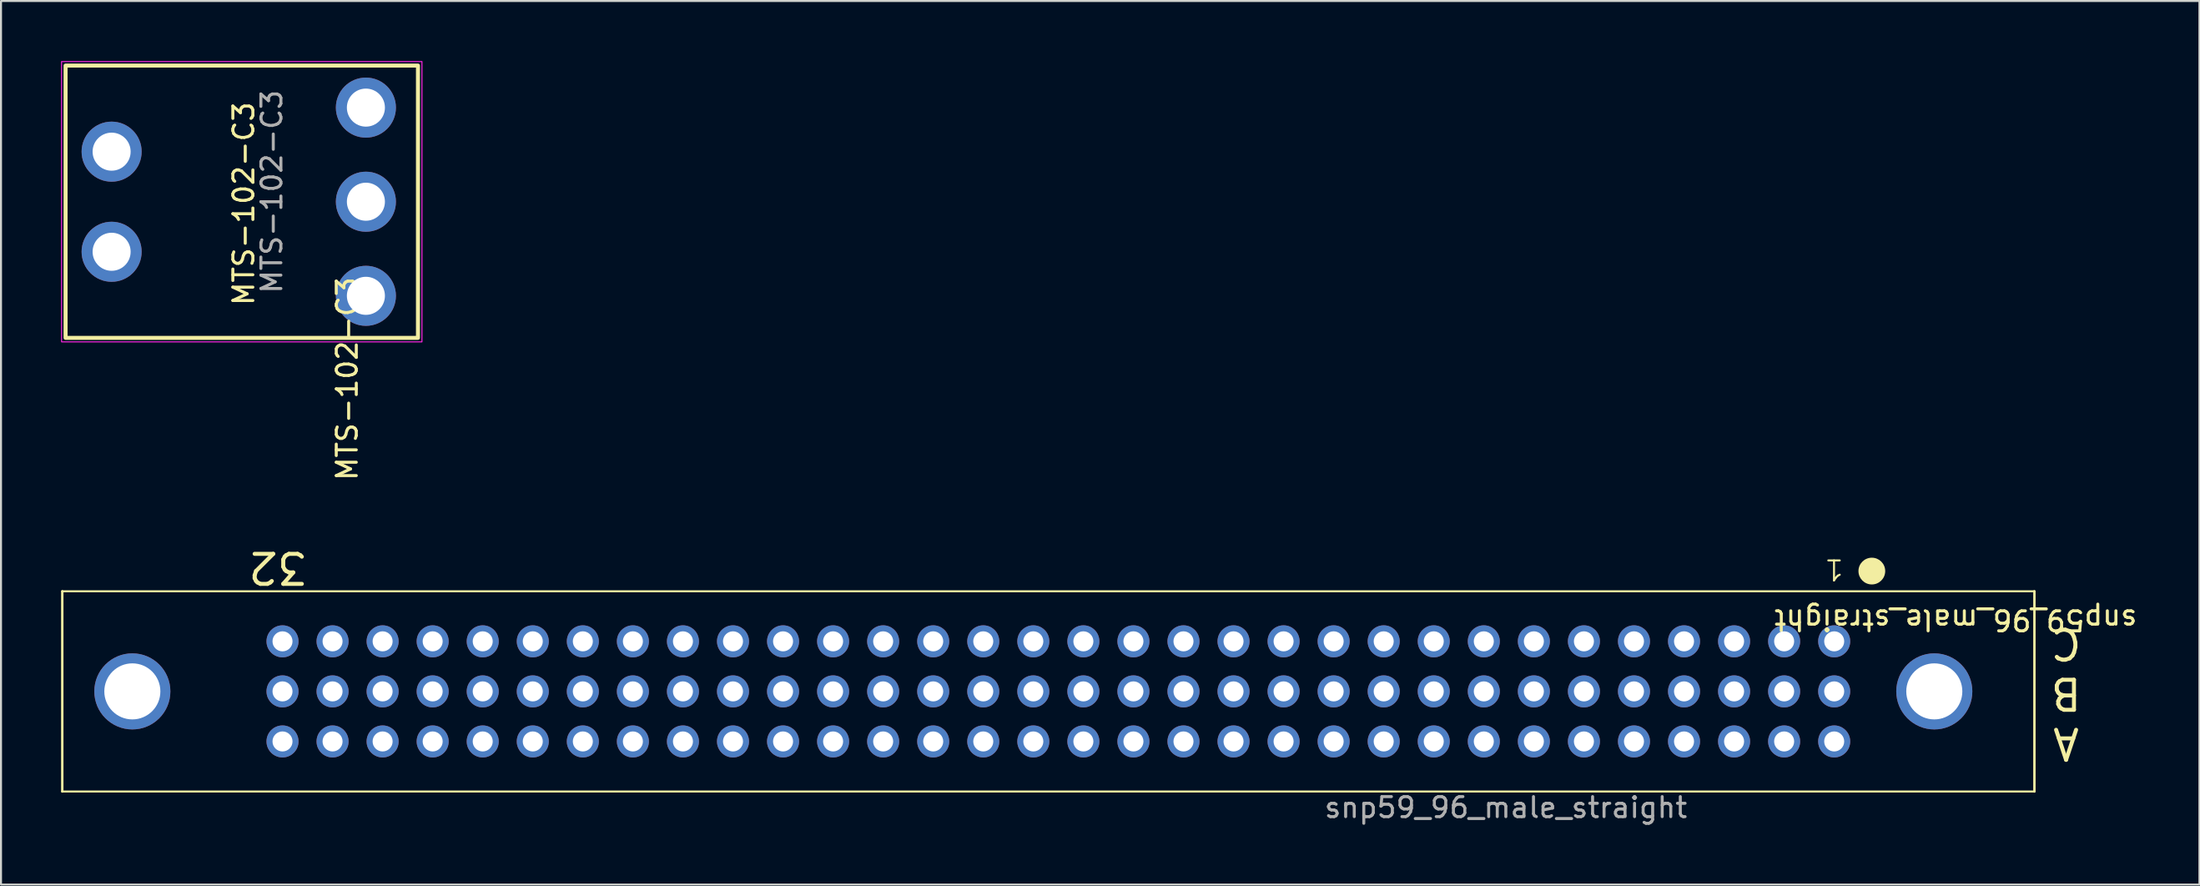
<source format=kicad_pcb>
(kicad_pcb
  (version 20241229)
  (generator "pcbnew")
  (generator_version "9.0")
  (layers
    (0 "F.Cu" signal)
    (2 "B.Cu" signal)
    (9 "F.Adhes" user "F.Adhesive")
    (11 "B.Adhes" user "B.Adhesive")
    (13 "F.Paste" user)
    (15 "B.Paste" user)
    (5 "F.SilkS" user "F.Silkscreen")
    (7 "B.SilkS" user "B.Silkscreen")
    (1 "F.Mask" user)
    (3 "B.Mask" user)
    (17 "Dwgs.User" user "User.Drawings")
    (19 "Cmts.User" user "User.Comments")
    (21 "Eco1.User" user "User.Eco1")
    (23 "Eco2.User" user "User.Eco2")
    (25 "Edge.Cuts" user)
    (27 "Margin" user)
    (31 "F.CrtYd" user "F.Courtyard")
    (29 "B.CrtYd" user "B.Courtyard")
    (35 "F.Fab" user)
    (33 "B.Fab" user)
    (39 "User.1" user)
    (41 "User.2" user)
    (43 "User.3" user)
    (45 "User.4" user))
  (footprint "snp59_96_male_straight"
    (layer "F.Cu")
    (at 88.56 33.982)
    (property "Reference" "snp59_96_male_straight" (at 6.071 -6.071 180) (unlocked yes) (layer "F.SilkS") (effects (font (size 1 1) (thickness 0.15))))
    (attr through_hole)
    (fp_line (start -88.5 -7.5) (end 10 -7.5) (stroke (width 0.1) (type default)) (layer "F.SilkS"))
    (fp_line (start -88.5 2.5) (end -88.5 -7.5) (stroke (width 0.12) (type solid)) (layer "F.SilkS"))
    (fp_line (start -88.5 2.5) (end 10 2.5) (stroke (width 0.1) (type default)) (layer "F.SilkS"))
    (fp_line (start 10 -7.5) (end 10 2.5) (stroke (width 0.12) (type solid)) (layer "F.SilkS"))
    (fp_circle (center 1.88 -8.509) (end 2.488 -8.509) (stroke (width 0.12) (type solid)) (fill yes) (layer "F.SilkS"))
    (fp_text user "C" (at 11.582 -4.898 180) (unlocked yes) (layer "F.SilkS") (effects (font (size 1.5 1.5) (thickness 0.2))))
    (fp_text user "32" (at -77.749 -8.687 180) (unlocked yes) (layer "F.SilkS") (effects (font (size 1.5 1.5) (thickness 0.2))))
    (fp_text user "1" (at 0.533 -9.169 180) (unlocked yes) (layer "F.SilkS") (effects (font (size 1 1) (thickness 0.1)) (justify left bottom)))
    (fp_text user "A" (at 11.582 0.102 180) (unlocked yes) (layer "F.SilkS") (effects (font (size 1.5 1.5) (thickness 0.2))))
    (fp_text user "B" (at 11.582 -2.398 180) (unlocked yes) (layer "F.SilkS") (effects (font (size 1.5 1.5) (thickness 0.2))))
    (fp_text user "${REFERENCE}" (at -16.4 3.3 0) (unlocked yes) (layer "F.Fab") (effects (font (size 1 1) (thickness 0.15))))
    (pad "" thru_hole circle (at -85 -2.5) (size 3.8 3.8) (drill 2.8) (layers "*.Cu"))
    (pad "" thru_hole circle (at 5 -2.5) (size 3.8 3.8) (drill 2.8) (layers "*.Cu"))
    (pad "1" thru_hole circle (at 0 -5) (size 1.6 1.6) (drill 1) (layers "*.Cu" "*.Mask"))
    (pad "1" thru_hole circle (at 0 -2.5) (size 1.6 1.6) (drill 1) (layers "*.Cu" "*.Mask"))
    (pad "2" thru_hole circle (at -2.5 -5) (size 1.6 1.6) (drill 1) (layers "*.Cu" "*.Mask"))
    (pad "2" thru_hole circle (at -2.5 -2.5) (size 1.6 1.6) (drill 1) (layers "*.Cu" "*.Mask"))
    (pad "3" thru_hole circle (at -5 -5) (size 1.6 1.6) (drill 1) (layers "*.Cu" "*.Mask"))
    (pad "3" thru_hole circle (at -5 -2.5) (size 1.6 1.6) (drill 1) (layers "*.Cu" "*.Mask"))
    (pad "4" thru_hole circle (at -7.5 -5) (size 1.6 1.6) (drill 1) (layers "*.Cu" "*.Mask"))
    (pad "4" thru_hole circle (at -7.5 -2.5) (size 1.6 1.6) (drill 1) (layers "*.Cu" "*.Mask"))
    (pad "5" thru_hole circle (at -10 -5) (size 1.6 1.6) (drill 1) (layers "*.Cu" "*.Mask"))
    (pad "5" thru_hole circle (at -10 -2.5) (size 1.6 1.6) (drill 1) (layers "*.Cu" "*.Mask"))
    (pad "6" thru_hole circle (at -12.5 -5) (size 1.6 1.6) (drill 1) (layers "*.Cu" "*.Mask"))
    (pad "6" thru_hole circle (at -12.5 -2.5) (size 1.6 1.6) (drill 1) (layers "*.Cu" "*.Mask"))
    (pad "7" thru_hole circle (at -15 -5) (size 1.6 1.6) (drill 1) (layers "*.Cu" "*.Mask"))
    (pad "7" thru_hole circle (at -15 -2.5) (size 1.6 1.6) (drill 1) (layers "*.Cu" "*.Mask"))
    (pad "8" thru_hole circle (at -17.5 -5) (size 1.6 1.6) (drill 1) (layers "*.Cu" "*.Mask"))
    (pad "8" thru_hole circle (at -17.5 -2.5) (size 1.6 1.6) (drill 1) (layers "*.Cu" "*.Mask"))
    (pad "9" thru_hole circle (at -20 -5) (size 1.6 1.6) (drill 1) (layers "*.Cu" "*.Mask"))
    (pad "9" thru_hole circle (at -20 -2.5) (size 1.6 1.6) (drill 1) (layers "*.Cu" "*.Mask"))
    (pad "10" thru_hole circle (at -22.5 -5) (size 1.6 1.6) (drill 1) (layers "*.Cu" "*.Mask"))
    (pad "10" thru_hole circle (at -22.5 -2.5) (size 1.6 1.6) (drill 1) (layers "*.Cu" "*.Mask"))
    (pad "11" thru_hole circle (at -25 -5) (size 1.6 1.6) (drill 1) (layers "*.Cu" "*.Mask"))
    (pad "11" thru_hole circle (at -25 -2.5) (size 1.6 1.6) (drill 1) (layers "*.Cu" "*.Mask"))
    (pad "12" thru_hole circle (at -27.5 -5) (size 1.6 1.6) (drill 1) (layers "*.Cu" "*.Mask"))
    (pad "12" thru_hole circle (at -27.5 -2.5) (size 1.6 1.6) (drill 1) (layers "*.Cu" "*.Mask"))
    (pad "13" thru_hole circle (at -30 -5) (size 1.6 1.6) (drill 1) (layers "*.Cu" "*.Mask"))
    (pad "13" thru_hole circle (at -30 -2.5) (size 1.6 1.6) (drill 1) (layers "*.Cu" "*.Mask"))
    (pad "14" thru_hole circle (at -32.5 -5) (size 1.6 1.6) (drill 1) (layers "*.Cu" "*.Mask"))
    (pad "14" thru_hole circle (at -32.5 -2.5) (size 1.6 1.6) (drill 1) (layers "*.Cu" "*.Mask"))
    (pad "15" thru_hole circle (at -35 -5) (size 1.6 1.6) (drill 1) (layers "*.Cu" "*.Mask"))
    (pad "15" thru_hole circle (at -35 -2.5) (size 1.6 1.6) (drill 1) (layers "*.Cu" "*.Mask"))
    (pad "16" thru_hole circle (at -37.5 -5) (size 1.6 1.6) (drill 1) (layers "*.Cu" "*.Mask"))
    (pad "16" thru_hole circle (at -37.5 -2.5) (size 1.6 1.6) (drill 1) (layers "*.Cu" "*.Mask"))
    (pad "17" thru_hole circle (at -40 -5) (size 1.6 1.6) (drill 1) (layers "*.Cu" "*.Mask"))
    (pad "17" thru_hole circle (at -40 -2.5) (size 1.6 1.6) (drill 1) (layers "*.Cu" "*.Mask"))
    (pad "18" thru_hole circle (at -42.5 -5) (size 1.6 1.6) (drill 1) (layers "*.Cu" "*.Mask"))
    (pad "18" thru_hole circle (at -42.5 -2.5) (size 1.6 1.6) (drill 1) (layers "*.Cu" "*.Mask"))
    (pad "19" thru_hole circle (at -45 -5) (size 1.6 1.6) (drill 1) (layers "*.Cu" "*.Mask"))
    (pad "19" thru_hole circle (at -45 -2.5) (size 1.6 1.6) (drill 1) (layers "*.Cu" "*.Mask"))
    (pad "20" thru_hole circle (at -47.5 -5) (size 1.6 1.6) (drill 1) (layers "*.Cu" "*.Mask"))
    (pad "20" thru_hole circle (at -47.5 -2.5) (size 1.6 1.6) (drill 1) (layers "*.Cu" "*.Mask"))
    (pad "21" thru_hole circle (at -50 -5) (size 1.6 1.6) (drill 1) (layers "*.Cu" "*.Mask"))
    (pad "21" thru_hole circle (at -50 -2.5) (size 1.6 1.6) (drill 1) (layers "*.Cu" "*.Mask"))
    (pad "22" thru_hole circle (at -52.5 -5) (size 1.6 1.6) (drill 1) (layers "*.Cu" "*.Mask"))
    (pad "22" thru_hole circle (at -52.5 -2.5) (size 1.6 1.6) (drill 1) (layers "*.Cu" "*.Mask"))
    (pad "23" thru_hole circle (at -55 -5) (size 1.6 1.6) (drill 1) (layers "*.Cu" "*.Mask"))
    (pad "23" thru_hole circle (at -55 -2.5) (size 1.6 1.6) (drill 1) (layers "*.Cu" "*.Mask"))
    (pad "24" thru_hole circle (at -57.5 -5) (size 1.6 1.6) (drill 1) (layers "*.Cu" "*.Mask"))
    (pad "24" thru_hole circle (at -57.5 -2.5) (size 1.6 1.6) (drill 1) (layers "*.Cu" "*.Mask"))
    (pad "25" thru_hole circle (at -60 -5) (size 1.6 1.6) (drill 1) (layers "*.Cu" "*.Mask"))
    (pad "25" thru_hole circle (at -60 -2.5) (size 1.6 1.6) (drill 1) (layers "*.Cu" "*.Mask"))
    (pad "26" thru_hole circle (at -62.5 -5) (size 1.6 1.6) (drill 1) (layers "*.Cu" "*.Mask"))
    (pad "26" thru_hole circle (at -62.5 -2.5) (size 1.6 1.6) (drill 1) (layers "*.Cu" "*.Mask"))
    (pad "27" thru_hole circle (at -65 -5) (size 1.6 1.6) (drill 1) (layers "*.Cu" "*.Mask"))
    (pad "27" thru_hole circle (at -65 -2.5) (size 1.6 1.6) (drill 1) (layers "*.Cu" "*.Mask"))
    (pad "28" thru_hole circle (at -67.5 -5) (size 1.6 1.6) (drill 1) (layers "*.Cu" "*.Mask"))
    (pad "28" thru_hole circle (at -67.5 -2.5) (size 1.6 1.6) (drill 1) (layers "*.Cu" "*.Mask"))
    (pad "29" thru_hole circle (at -70 -5) (size 1.6 1.6) (drill 1) (layers "*.Cu" "*.Mask"))
    (pad "29" thru_hole circle (at -70 -2.5) (size 1.6 1.6) (drill 1) (layers "*.Cu" "*.Mask"))
    (pad "30" thru_hole circle (at -72.5 -5) (size 1.6 1.6) (drill 1) (layers "*.Cu" "*.Mask"))
    (pad "30" thru_hole circle (at -72.5 -2.5) (size 1.6 1.6) (drill 1) (layers "*.Cu" "*.Mask"))
    (pad "31" thru_hole circle (at -75 -5) (size 1.6 1.6) (drill 1) (layers "*.Cu" "*.Mask"))
    (pad "31" thru_hole circle (at -75 -2.5) (size 1.6 1.6) (drill 1) (layers "*.Cu" "*.Mask"))
    (pad "32" thru_hole circle (at -77.5 -5) (size 1.6 1.6) (drill 1) (layers "*.Cu" "*.Mask"))
    (pad "32" thru_hole circle (at -77.5 -2.5) (size 1.6 1.6) (drill 1) (layers "*.Cu" "*.Mask"))
    (pad "33" thru_hole circle (at 0 0) (size 1.6 1.6) (drill 1) (layers "*.Cu" "*.Mask"))
    (pad "34" thru_hole circle (at -2.5 0) (size 1.6 1.6) (drill 1) (layers "*.Cu" "*.Mask"))
    (pad "35" thru_hole circle (at -5 0) (size 1.6 1.6) (drill 1) (layers "*.Cu" "*.Mask"))
    (pad "36" thru_hole circle (at -7.5 0) (size 1.6 1.6) (drill 1) (layers "*.Cu" "*.Mask"))
    (pad "37" thru_hole circle (at -10 0) (size 1.6 1.6) (drill 1) (layers "*.Cu" "*.Mask"))
    (pad "38" thru_hole circle (at -12.5 0) (size 1.6 1.6) (drill 1) (layers "*.Cu" "*.Mask"))
    (pad "39" thru_hole circle (at -15 0) (size 1.6 1.6) (drill 1) (layers "*.Cu" "*.Mask"))
    (pad "40" thru_hole circle (at -17.5 0) (size 1.6 1.6) (drill 1) (layers "*.Cu" "*.Mask"))
    (pad "41" thru_hole circle (at -20 0) (size 1.6 1.6) (drill 1) (layers "*.Cu" "*.Mask"))
    (pad "42" thru_hole circle (at -22.5 0) (size 1.6 1.6) (drill 1) (layers "*.Cu" "*.Mask"))
    (pad "43" thru_hole circle (at -25 0) (size 1.6 1.6) (drill 1) (layers "*.Cu" "*.Mask"))
    (pad "44" thru_hole circle (at -27.5 0) (size 1.6 1.6) (drill 1) (layers "*.Cu" "*.Mask"))
    (pad "45" thru_hole circle (at -30 0) (size 1.6 1.6) (drill 1) (layers "*.Cu" "*.Mask"))
    (pad "46" thru_hole circle (at -32.5 0) (size 1.6 1.6) (drill 1) (layers "*.Cu" "*.Mask"))
    (pad "47" thru_hole circle (at -35 0) (size 1.6 1.6) (drill 1) (layers "*.Cu" "*.Mask"))
    (pad "48" thru_hole circle (at -37.5 0) (size 1.6 1.6) (drill 1) (layers "*.Cu" "*.Mask"))
    (pad "49" thru_hole circle (at -40 0) (size 1.6 1.6) (drill 1) (layers "*.Cu" "*.Mask"))
    (pad "50" thru_hole circle (at -42.5 0) (size 1.6 1.6) (drill 1) (layers "*.Cu" "*.Mask"))
    (pad "51" thru_hole circle (at -45 0) (size 1.6 1.6) (drill 1) (layers "*.Cu" "*.Mask"))
    (pad "52" thru_hole circle (at -47.5 0) (size 1.6 1.6) (drill 1) (layers "*.Cu" "*.Mask"))
    (pad "53" thru_hole circle (at -50 0) (size 1.6 1.6) (drill 1) (layers "*.Cu" "*.Mask"))
    (pad "54" thru_hole circle (at -52.5 0) (size 1.6 1.6) (drill 1) (layers "*.Cu" "*.Mask"))
    (pad "55" thru_hole circle (at -55 0) (size 1.6 1.6) (drill 1) (layers "*.Cu" "*.Mask"))
    (pad "56" thru_hole circle (at -57.5 0) (size 1.6 1.6) (drill 1) (layers "*.Cu" "*.Mask"))
    (pad "57" thru_hole circle (at -60 0) (size 1.6 1.6) (drill 1) (layers "*.Cu" "*.Mask"))
    (pad "58" thru_hole circle (at -62.5 0) (size 1.6 1.6) (drill 1) (layers "*.Cu" "*.Mask"))
    (pad "59" thru_hole circle (at -65 0) (size 1.6 1.6) (drill 1) (layers "*.Cu" "*.Mask"))
    (pad "60" thru_hole circle (at -67.5 0) (size 1.6 1.6) (drill 1) (layers "*.Cu" "*.Mask"))
    (pad "61" thru_hole circle (at -70 0) (size 1.6 1.6) (drill 1) (layers "*.Cu" "*.Mask"))
    (pad "62" thru_hole circle (at -72.5 0) (size 1.6 1.6) (drill 1) (layers "*.Cu" "*.Mask"))
    (pad "63" thru_hole circle (at -75 0) (size 1.6 1.6) (drill 1) (layers "*.Cu" "*.Mask"))
    (pad "64" thru_hole circle (at -77.5 0) (size 1.6 1.6) (drill 1) (layers "*.Cu" "*.Mask")))
  (footprint "MTS-102-C3"
    (layer "F.Cu")
    (at 2.525 4.525)
    (property "Reference" "MTS-102-C3" (at 11.765 11.345 90) (unlocked yes) (layer "F.SilkS") (effects (font (size 1 1) (thickness 0.15))))
    (attr through_hole)
    (fp_rect (start -2.3 -4.3) (end 15.3 9.3) (stroke (width 0.2) (type solid)) (fill no) (layer "F.SilkS"))
    (fp_rect (start -2.5 -4.5) (end 15.5 9.5) (stroke (width 0.05) (type solid)) (fill no) (layer "F.CrtYd"))
    (fp_text user "MTS-102-C3" (at 6.6 2.6 90) (unlocked yes) (layer "F.SilkS") (effects (font (size 1 1) (thickness 0.15))))
    (fp_text user "${REFERENCE}" (at 8 2 90) (unlocked yes) (layer "F.Fab") (effects (font (size 1 1) (thickness 0.15))))
    (pad "" thru_hole circle (at 0 0) (size 3 3) (drill 1.9) (layers "*.Cu" "*.Mask"))
    (pad "" thru_hole circle (at 0 5) (size 3 3) (drill 1.9) (layers "*.Cu" "*.Mask"))
    (pad "1" thru_hole circle (at 12.7 -2.2) (size 3 3) (drill 1.9) (layers "*.Cu" "*.Mask"))
    (pad "2" thru_hole circle (at 12.7 2.5) (size 3 3) (drill 1.9) (layers "*.Cu" "*.Mask"))
    (pad "3" thru_hole circle (at 12.7 7.2) (size 3 3) (drill 1.9) (layers "*.Cu" "*.Mask")))
  (gr_rect
    (start -3 -3)
    (end 106.803 41.13)
    (stroke (width 0.1) (type default))
    (fill no)
    (layer "Edge.Cuts")))
</source>
